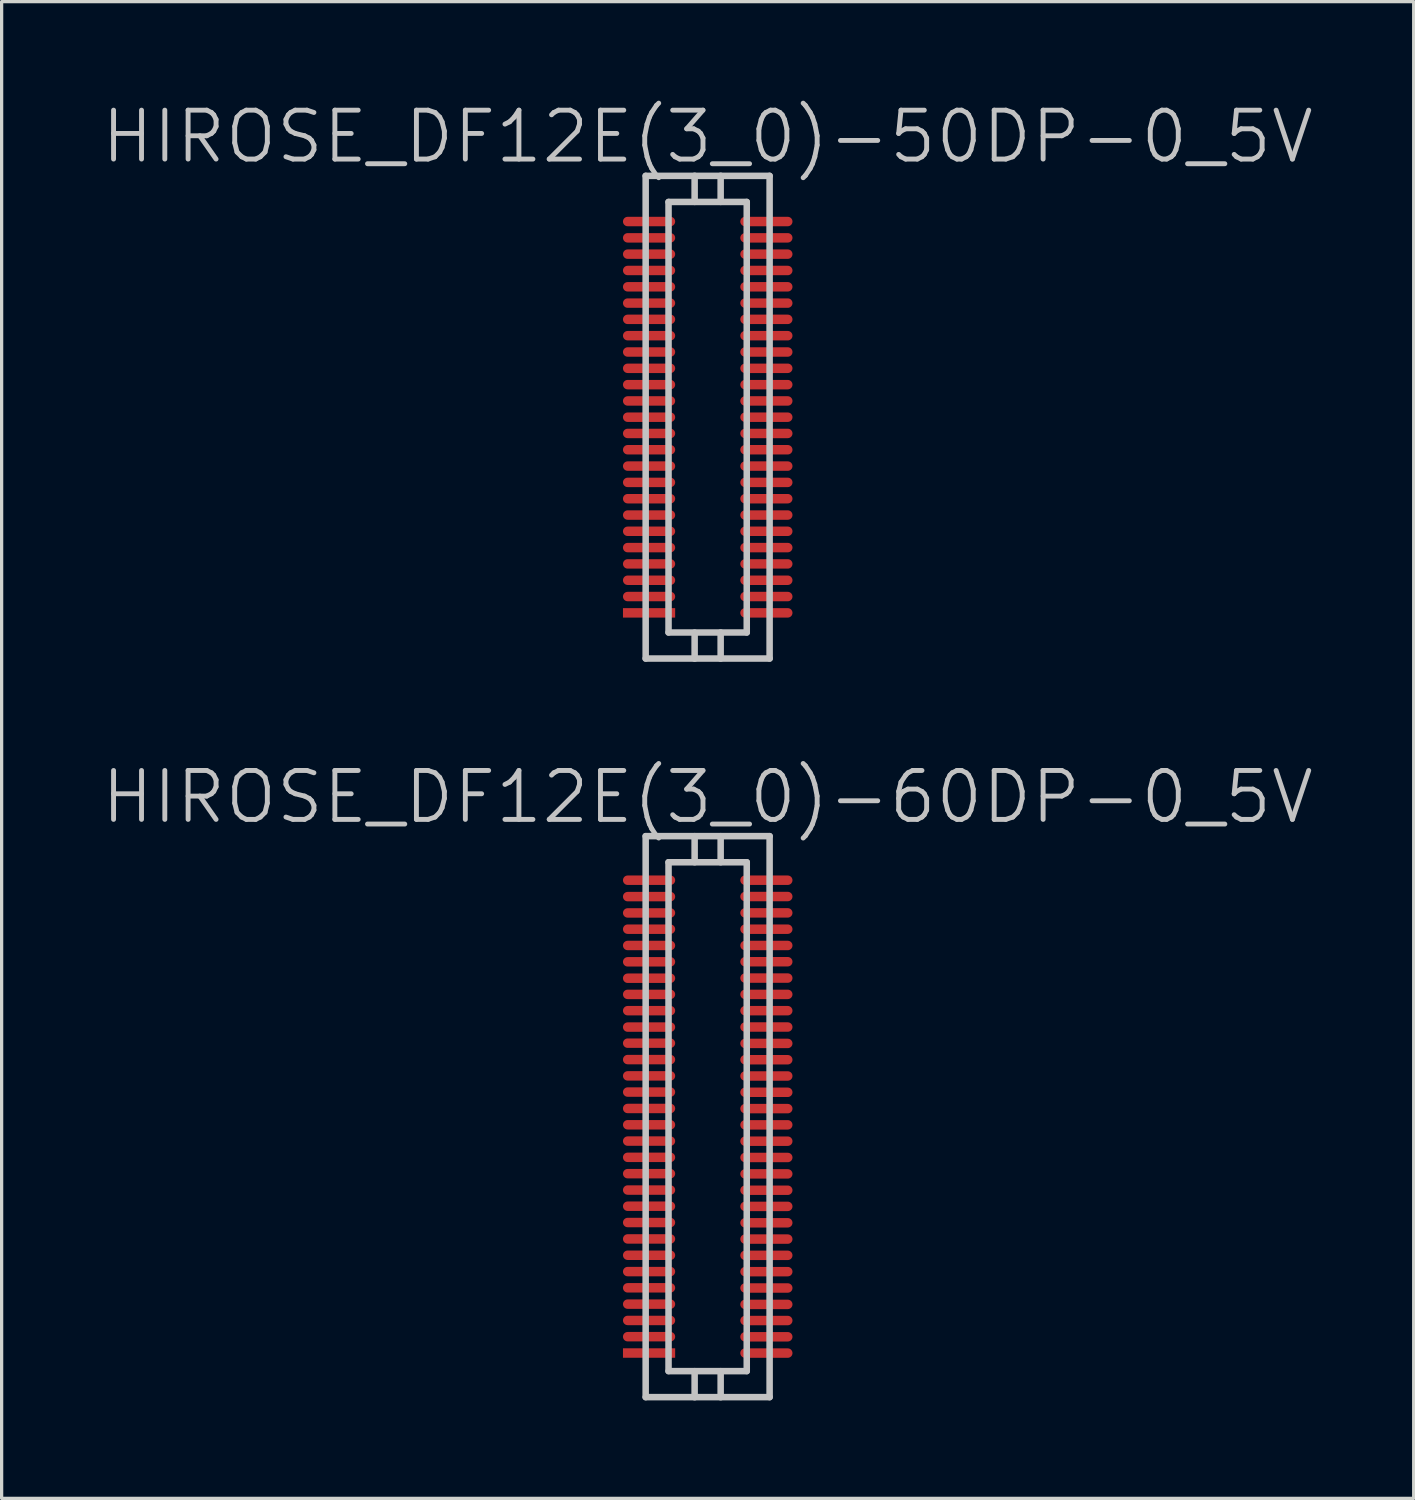
<source format=kicad_pcb>
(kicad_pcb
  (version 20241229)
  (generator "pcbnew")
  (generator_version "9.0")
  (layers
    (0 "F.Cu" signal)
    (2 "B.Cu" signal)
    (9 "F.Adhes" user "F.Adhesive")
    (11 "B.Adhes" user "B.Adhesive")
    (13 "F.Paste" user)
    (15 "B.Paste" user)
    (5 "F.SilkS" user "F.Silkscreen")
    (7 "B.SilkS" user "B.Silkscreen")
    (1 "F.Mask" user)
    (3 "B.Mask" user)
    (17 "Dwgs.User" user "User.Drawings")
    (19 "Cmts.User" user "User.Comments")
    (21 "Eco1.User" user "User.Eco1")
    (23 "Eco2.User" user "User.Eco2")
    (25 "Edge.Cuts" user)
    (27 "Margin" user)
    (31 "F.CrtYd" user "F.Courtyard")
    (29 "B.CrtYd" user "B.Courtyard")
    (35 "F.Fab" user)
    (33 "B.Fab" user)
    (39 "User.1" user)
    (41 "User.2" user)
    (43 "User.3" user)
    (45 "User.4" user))
  (footprint "HIROSE_DF12E(3_0)-60DP-0_5V"
    (layer "F.Cu")
    (at 18.646 31.186)
    (property "Reference" "HIROSE_DF12E(3_0)-60DP-0_5V" (at 0 -9.8 180) (layer "Dwgs.User") (effects (font (size 1.5 1.5) (thickness 0.15))))
    (attr smd)
    (fp_line (start -1.9 -8.6) (end -1.9 8.6) (stroke (width 0.2) (type solid)) (layer "Dwgs.User"))
    (fp_line (start -1.9 8.6) (end 1.9 8.6) (stroke (width 0.2) (type solid)) (layer "Dwgs.User"))
    (fp_line (start -1.199 -7.8) (end 1.199 -7.8) (stroke (width 0.2) (type solid)) (layer "Dwgs.User"))
    (fp_line (start -1.199 7.8) (end -1.199 -7.8) (stroke (width 0.2) (type solid)) (layer "Dwgs.User"))
    (fp_line (start -0.399 -7.8) (end -0.399 -8.6) (stroke (width 0.2) (type solid)) (layer "Dwgs.User"))
    (fp_line (start -0.399 8.603) (end -0.399 7.803) (stroke (width 0.2) (type solid)) (layer "Dwgs.User"))
    (fp_line (start 0.399 -7.8) (end 0.399 -8.6) (stroke (width 0.2) (type solid)) (layer "Dwgs.User"))
    (fp_line (start 0.399 7.803) (end 0.399 8.603) (stroke (width 0.2) (type solid)) (layer "Dwgs.User"))
    (fp_line (start 1.199 -7.8) (end 1.199 7.8) (stroke (width 0.2) (type solid)) (layer "Dwgs.User"))
    (fp_line (start 1.199 7.803) (end -1.199 7.803) (stroke (width 0.2) (type solid)) (layer "Dwgs.User"))
    (fp_line (start 1.9 -8.6) (end -1.9 -8.6) (stroke (width 0.2) (type solid)) (layer "Dwgs.User"))
    (fp_line (start 1.9 8.6) (end 1.9 -8.6) (stroke (width 0.2) (type solid)) (layer "Dwgs.User"))
    (pad "1" smd rect (at -1.796 7.247 270) (size 0.29 1.6) (layers "F.Cu" "F.Mask" "F.Paste"))
    (pad "2" smd oval (at -1.796 6.746 270) (size 0.29 1.6) (layers "F.Cu" "F.Mask" "F.Paste"))
    (pad "3" smd oval (at -1.796 6.248 270) (size 0.29 1.6) (layers "F.Cu" "F.Mask" "F.Paste"))
    (pad "4" smd oval (at -1.796 5.748 270) (size 0.29 1.6) (layers "F.Cu" "F.Mask" "F.Paste"))
    (pad "5" smd oval (at -1.796 5.248 270) (size 0.29 1.6) (layers "F.Cu" "F.Mask" "F.Paste"))
    (pad "6" smd oval (at -1.796 4.75 270) (size 0.29 1.6) (layers "F.Cu" "F.Mask" "F.Paste"))
    (pad "7" smd oval (at -1.796 4.249 270) (size 0.29 1.6) (layers "F.Cu" "F.Mask" "F.Paste"))
    (pad "8" smd oval (at -1.796 3.749 270) (size 0.29 1.6) (layers "F.Cu" "F.Mask" "F.Paste"))
    (pad "9" smd oval (at -1.796 3.246 270) (size 0.29 1.6) (layers "F.Cu" "F.Mask" "F.Paste"))
    (pad "10" smd oval (at -1.796 2.746 270) (size 0.29 1.6) (layers "F.Cu" "F.Mask" "F.Paste"))
    (pad "11" smd oval (at -1.796 2.25 270) (size 0.29 1.6) (layers "F.Cu" "F.Mask" "F.Paste"))
    (pad "12" smd oval (at -1.796 1.748 270) (size 0.29 1.6) (layers "F.Cu" "F.Mask" "F.Paste"))
    (pad "13" smd oval (at -1.796 1.247 270) (size 0.29 1.6) (layers "F.Cu" "F.Mask" "F.Paste"))
    (pad "14" smd oval (at -1.796 0.749 270) (size 0.29 1.6) (layers "F.Cu" "F.Mask" "F.Paste"))
    (pad "15" smd oval (at -1.796 0.249 270) (size 0.29 1.6) (layers "F.Cu" "F.Mask" "F.Paste"))
    (pad "16" smd oval (at -1.796 -0.251 270) (size 0.29 1.6) (layers "F.Cu" "F.Mask" "F.Paste"))
    (pad "17" smd oval (at -1.796 -0.754 270) (size 0.29 1.6) (layers "F.Cu" "F.Mask" "F.Paste"))
    (pad "18" smd oval (at -1.796 -1.25 270) (size 0.29 1.6) (layers "F.Cu" "F.Mask" "F.Paste"))
    (pad "19" smd oval (at -1.796 -1.75 270) (size 0.29 1.6) (layers "F.Cu" "F.Mask" "F.Paste"))
    (pad "20" smd oval (at -1.796 -2.253 270) (size 0.29 1.6) (layers "F.Cu" "F.Mask" "F.Paste"))
    (pad "21" smd oval (at -1.796 -2.746 270) (size 0.29 1.6) (layers "F.Cu" "F.Mask" "F.Paste"))
    (pad "22" smd oval (at -1.796 -3.249 270) (size 0.29 1.6) (layers "F.Cu" "F.Mask" "F.Paste"))
    (pad "23" smd oval (at -1.796 -3.749 270) (size 0.29 1.6) (layers "F.Cu" "F.Mask" "F.Paste"))
    (pad "24" smd oval (at -1.796 -4.244 270) (size 0.29 1.6) (layers "F.Cu" "F.Mask" "F.Paste"))
    (pad "25" smd oval (at -1.796 -4.747 270) (size 0.29 1.6) (layers "F.Cu" "F.Mask" "F.Paste"))
    (pad "26" smd oval (at -1.796 -5.248 270) (size 0.29 1.6) (layers "F.Cu" "F.Mask" "F.Paste"))
    (pad "27" smd oval (at -1.796 -5.748 270) (size 0.29 1.6) (layers "F.Cu" "F.Mask" "F.Paste"))
    (pad "28" smd oval (at -1.796 -6.246 270) (size 0.29 1.6) (layers "F.Cu" "F.Mask" "F.Paste"))
    (pad "29" smd oval (at -1.796 -6.746 270) (size 0.29 1.6) (layers "F.Cu" "F.Mask" "F.Paste"))
    (pad "30" smd oval (at -1.796 -7.249 270) (size 0.29 1.6) (layers "F.Cu" "F.Mask" "F.Paste"))
    (pad "31" smd oval (at 1.801 -7.249 270) (size 0.29 1.6) (layers "F.Cu" "F.Mask" "F.Paste"))
    (pad "32" smd oval (at 1.801 -6.749 270) (size 0.29 1.6) (layers "F.Cu" "F.Mask" "F.Paste"))
    (pad "33" smd oval (at 1.801 -6.248 270) (size 0.29 1.6) (layers "F.Cu" "F.Mask" "F.Paste"))
    (pad "34" smd oval (at 1.801 -5.748 270) (size 0.29 1.6) (layers "F.Cu" "F.Mask" "F.Paste"))
    (pad "35" smd oval (at 1.801 -5.248 270) (size 0.29 1.6) (layers "F.Cu" "F.Mask" "F.Paste"))
    (pad "36" smd oval (at 1.801 -4.75 270) (size 0.29 1.6) (layers "F.Cu" "F.Mask" "F.Paste"))
    (pad "37" smd oval (at 1.801 -4.249 270) (size 0.29 1.6) (layers "F.Cu" "F.Mask" "F.Paste"))
    (pad "38" smd oval (at 1.801 -3.749 270) (size 0.29 1.6) (layers "F.Cu" "F.Mask" "F.Paste"))
    (pad "39" smd oval (at 1.801 -3.249 270) (size 0.29 1.6) (layers "F.Cu" "F.Mask" "F.Paste"))
    (pad "40" smd oval (at 1.801 -2.748 270) (size 0.29 1.6) (layers "F.Cu" "F.Mask" "F.Paste"))
    (pad "41" smd oval (at 1.801 -2.245 270) (size 0.29 1.6) (layers "F.Cu" "F.Mask" "F.Paste"))
    (pad "42" smd oval (at 1.801 -1.745 270) (size 0.29 1.6) (layers "F.Cu" "F.Mask" "F.Paste"))
    (pad "43" smd oval (at 1.801 -1.247 270) (size 0.29 1.6) (layers "F.Cu" "F.Mask" "F.Paste"))
    (pad "44" smd oval (at 1.801 -0.747 270) (size 0.29 1.6) (layers "F.Cu" "F.Mask" "F.Paste"))
    (pad "45" smd oval (at 1.801 -0.246 270) (size 0.29 1.6) (layers "F.Cu" "F.Mask" "F.Paste"))
    (pad "46" smd oval (at 1.801 0.251 270) (size 0.29 1.6) (layers "F.Cu" "F.Mask" "F.Paste"))
    (pad "47" smd oval (at 1.801 0.752 270) (size 0.29 1.6) (layers "F.Cu" "F.Mask" "F.Paste"))
    (pad "48" smd oval (at 1.801 1.252 270) (size 0.29 1.6) (layers "F.Cu" "F.Mask" "F.Paste"))
    (pad "49" smd oval (at 1.801 1.755 270) (size 0.29 1.6) (layers "F.Cu" "F.Mask" "F.Paste"))
    (pad "50" smd oval (at 1.801 2.256 270) (size 0.29 1.6) (layers "F.Cu" "F.Mask" "F.Paste"))
    (pad "51" smd oval (at 1.801 2.751 270) (size 0.29 1.6) (layers "F.Cu" "F.Mask" "F.Paste"))
    (pad "52" smd oval (at 1.801 3.254 270) (size 0.29 1.6) (layers "F.Cu" "F.Mask" "F.Paste"))
    (pad "53" smd oval (at 1.801 3.754 270) (size 0.29 1.6) (layers "F.Cu" "F.Mask" "F.Paste"))
    (pad "54" smd oval (at 1.801 4.252 270) (size 0.29 1.6) (layers "F.Cu" "F.Mask" "F.Paste"))
    (pad "55" smd oval (at 1.801 4.752 270) (size 0.29 1.6) (layers "F.Cu" "F.Mask" "F.Paste"))
    (pad "56" smd oval (at 1.801 5.253 270) (size 0.29 1.6) (layers "F.Cu" "F.Mask" "F.Paste"))
    (pad "57" smd oval (at 1.801 5.756 270) (size 0.29 1.6) (layers "F.Cu" "F.Mask" "F.Paste"))
    (pad "58" smd oval (at 1.801 6.251 270) (size 0.29 1.6) (layers "F.Cu" "F.Mask" "F.Paste"))
    (pad "59" smd oval (at 1.801 6.749 270) (size 0.29 1.6) (layers "F.Cu" "F.Mask" "F.Paste"))
    (pad "60" smd oval (at 1.801 7.249 270) (size 0.29 1.6) (layers "F.Cu" "F.Mask" "F.Paste")))
  (footprint "HIROSE_DF12E(3_0)-50DP-0_5V"
    (layer "F.Cu")
    (at 18.646 9.741)
    (property "Reference" "HIROSE_DF12E(3_0)-50DP-0_5V" (at 0 -8.6 180) (layer "Dwgs.User") (effects (font (size 1.5 1.5) (thickness 0.15))))
    (attr smd)
    (fp_line (start -1.9 -7.399) (end -1.9 7.399) (stroke (width 0.2) (type solid)) (layer "Dwgs.User"))
    (fp_line (start -1.9 7.399) (end 1.9 7.399) (stroke (width 0.2) (type solid)) (layer "Dwgs.User"))
    (fp_line (start -1.199 -6.599) (end 1.199 -6.599) (stroke (width 0.2) (type solid)) (layer "Dwgs.User"))
    (fp_line (start -1.199 6.599) (end -1.199 -6.599) (stroke (width 0.2) (type solid)) (layer "Dwgs.User"))
    (fp_line (start -0.399 -6.601) (end -0.399 -7.402) (stroke (width 0.2) (type solid)) (layer "Dwgs.User"))
    (fp_line (start -0.399 7.404) (end -0.399 6.604) (stroke (width 0.2) (type solid)) (layer "Dwgs.User"))
    (fp_line (start 0.399 -6.601) (end 0.399 -7.402) (stroke (width 0.2) (type solid)) (layer "Dwgs.User"))
    (fp_line (start 0.399 6.601) (end 0.399 7.402) (stroke (width 0.2) (type solid)) (layer "Dwgs.User"))
    (fp_line (start 1.199 -6.599) (end 1.199 6.599) (stroke (width 0.2) (type solid)) (layer "Dwgs.User"))
    (fp_line (start 1.199 6.601) (end -1.199 6.601) (stroke (width 0.2) (type solid)) (layer "Dwgs.User"))
    (fp_line (start 1.9 -7.399) (end -1.9 -7.399) (stroke (width 0.2) (type solid)) (layer "Dwgs.User"))
    (fp_line (start 1.9 7.399) (end 1.9 -7.399) (stroke (width 0.2) (type solid)) (layer "Dwgs.User"))
    (pad "1" smd rect (at -1.796 5.999 270) (size 0.29 1.6) (layers "F.Cu" "F.Mask" "F.Paste"))
    (pad "2" smd oval (at -1.796 5.499 270) (size 0.29 1.6) (layers "F.Cu" "F.Mask" "F.Paste"))
    (pad "3" smd oval (at -1.796 4.999 270) (size 0.29 1.6) (layers "F.Cu" "F.Mask" "F.Paste"))
    (pad "4" smd oval (at -1.796 4.498 270) (size 0.29 1.6) (layers "F.Cu" "F.Mask" "F.Paste"))
    (pad "5" smd oval (at -1.796 3.998 270) (size 0.29 1.6) (layers "F.Cu" "F.Mask" "F.Paste"))
    (pad "6" smd oval (at -1.796 3.498 270) (size 0.29 1.6) (layers "F.Cu" "F.Mask" "F.Paste"))
    (pad "7" smd oval (at -1.796 3 270) (size 0.29 1.6) (layers "F.Cu" "F.Mask" "F.Paste"))
    (pad "8" smd oval (at -1.796 2.499 270) (size 0.29 1.6) (layers "F.Cu" "F.Mask" "F.Paste"))
    (pad "9" smd oval (at -1.796 1.999 270) (size 0.29 1.6) (layers "F.Cu" "F.Mask" "F.Paste"))
    (pad "10" smd oval (at -1.796 1.499 270) (size 0.29 1.6) (layers "F.Cu" "F.Mask" "F.Paste"))
    (pad "11" smd oval (at -1.796 0.998 270) (size 0.29 1.6) (layers "F.Cu" "F.Mask" "F.Paste"))
    (pad "12" smd oval (at -1.796 0.498 270) (size 0.29 1.6) (layers "F.Cu" "F.Mask" "F.Paste"))
    (pad "13" smd oval (at -1.796 0 270) (size 0.29 1.6) (layers "F.Cu" "F.Mask" "F.Paste"))
    (pad "14" smd oval (at -1.796 -0.498 270) (size 0.29 1.6) (layers "F.Cu" "F.Mask" "F.Paste"))
    (pad "15" smd oval (at -1.796 -0.998 270) (size 0.29 1.6) (layers "F.Cu" "F.Mask" "F.Paste"))
    (pad "16" smd oval (at -1.796 -1.499 270) (size 0.29 1.6) (layers "F.Cu" "F.Mask" "F.Paste"))
    (pad "17" smd oval (at -1.796 -1.999 270) (size 0.29 1.6) (layers "F.Cu" "F.Mask" "F.Paste"))
    (pad "18" smd oval (at -1.796 -2.499 270) (size 0.29 1.6) (layers "F.Cu" "F.Mask" "F.Paste"))
    (pad "19" smd oval (at -1.796 -3 270) (size 0.29 1.6) (layers "F.Cu" "F.Mask" "F.Paste"))
    (pad "20" smd oval (at -1.796 -3.498 270) (size 0.29 1.6) (layers "F.Cu" "F.Mask" "F.Paste"))
    (pad "21" smd oval (at -1.796 -3.998 270) (size 0.29 1.6) (layers "F.Cu" "F.Mask" "F.Paste"))
    (pad "22" smd oval (at -1.796 -4.498 270) (size 0.29 1.6) (layers "F.Cu" "F.Mask" "F.Paste"))
    (pad "23" smd oval (at -1.796 -4.999 270) (size 0.29 1.6) (layers "F.Cu" "F.Mask" "F.Paste"))
    (pad "24" smd oval (at -1.796 -5.499 270) (size 0.29 1.6) (layers "F.Cu" "F.Mask" "F.Paste"))
    (pad "25" smd oval (at -1.796 -5.999 270) (size 0.29 1.6) (layers "F.Cu" "F.Mask" "F.Paste"))
    (pad "26" smd oval (at 1.801 -5.999 270) (size 0.29 1.6) (layers "F.Cu" "F.Mask" "F.Paste"))
    (pad "27" smd oval (at 1.801 -5.499 270) (size 0.29 1.6) (layers "F.Cu" "F.Mask" "F.Paste"))
    (pad "28" smd oval (at 1.801 -4.999 270) (size 0.29 1.6) (layers "F.Cu" "F.Mask" "F.Paste"))
    (pad "29" smd oval (at 1.801 -4.498 270) (size 0.29 1.6) (layers "F.Cu" "F.Mask" "F.Paste"))
    (pad "30" smd oval (at 1.801 -3.998 270) (size 0.29 1.6) (layers "F.Cu" "F.Mask" "F.Paste"))
    (pad "31" smd oval (at 1.801 -3.498 270) (size 0.29 1.6) (layers "F.Cu" "F.Mask" "F.Paste"))
    (pad "32" smd oval (at 1.801 -3 270) (size 0.29 1.6) (layers "F.Cu" "F.Mask" "F.Paste"))
    (pad "33" smd oval (at 1.801 -2.499 270) (size 0.29 1.6) (layers "F.Cu" "F.Mask" "F.Paste"))
    (pad "34" smd oval (at 1.801 -1.999 270) (size 0.29 1.6) (layers "F.Cu" "F.Mask" "F.Paste"))
    (pad "35" smd oval (at 1.801 -1.499 270) (size 0.29 1.6) (layers "F.Cu" "F.Mask" "F.Paste"))
    (pad "36" smd oval (at 1.801 -0.998 270) (size 0.29 1.6) (layers "F.Cu" "F.Mask" "F.Paste"))
    (pad "37" smd oval (at 1.801 -0.498 270) (size 0.29 1.6) (layers "F.Cu" "F.Mask" "F.Paste"))
    (pad "38" smd oval (at 1.801 0 270) (size 0.29 1.6) (layers "F.Cu" "F.Mask" "F.Paste"))
    (pad "39" smd oval (at 1.801 0.498 270) (size 0.29 1.6) (layers "F.Cu" "F.Mask" "F.Paste"))
    (pad "40" smd oval (at 1.801 0.998 270) (size 0.29 1.6) (layers "F.Cu" "F.Mask" "F.Paste"))
    (pad "41" smd oval (at 1.801 1.499 270) (size 0.29 1.6) (layers "F.Cu" "F.Mask" "F.Paste"))
    (pad "42" smd oval (at 1.801 1.999 270) (size 0.29 1.6) (layers "F.Cu" "F.Mask" "F.Paste"))
    (pad "43" smd oval (at 1.801 2.499 270) (size 0.29 1.6) (layers "F.Cu" "F.Mask" "F.Paste"))
    (pad "44" smd oval (at 1.801 3 270) (size 0.29 1.6) (layers "F.Cu" "F.Mask" "F.Paste"))
    (pad "45" smd oval (at 1.801 3.498 270) (size 0.29 1.6) (layers "F.Cu" "F.Mask" "F.Paste"))
    (pad "46" smd oval (at 1.801 3.998 270) (size 0.29 1.6) (layers "F.Cu" "F.Mask" "F.Paste"))
    (pad "47" smd oval (at 1.801 4.498 270) (size 0.29 1.6) (layers "F.Cu" "F.Mask" "F.Paste"))
    (pad "48" smd oval (at 1.801 4.999 270) (size 0.29 1.6) (layers "F.Cu" "F.Mask" "F.Paste"))
    (pad "49" smd oval (at 1.801 5.499 270) (size 0.29 1.6) (layers "F.Cu" "F.Mask" "F.Paste"))
    (pad "50" smd oval (at 1.801 5.999 270) (size 0.29 1.6) (layers "F.Cu" "F.Mask" "F.Paste")))
  (gr_rect
    (start -3 -3)
    (end 40.293 42.889)
    (stroke (width 0.1) (type default))
    (fill no)
    (layer "Edge.Cuts")))
</source>
